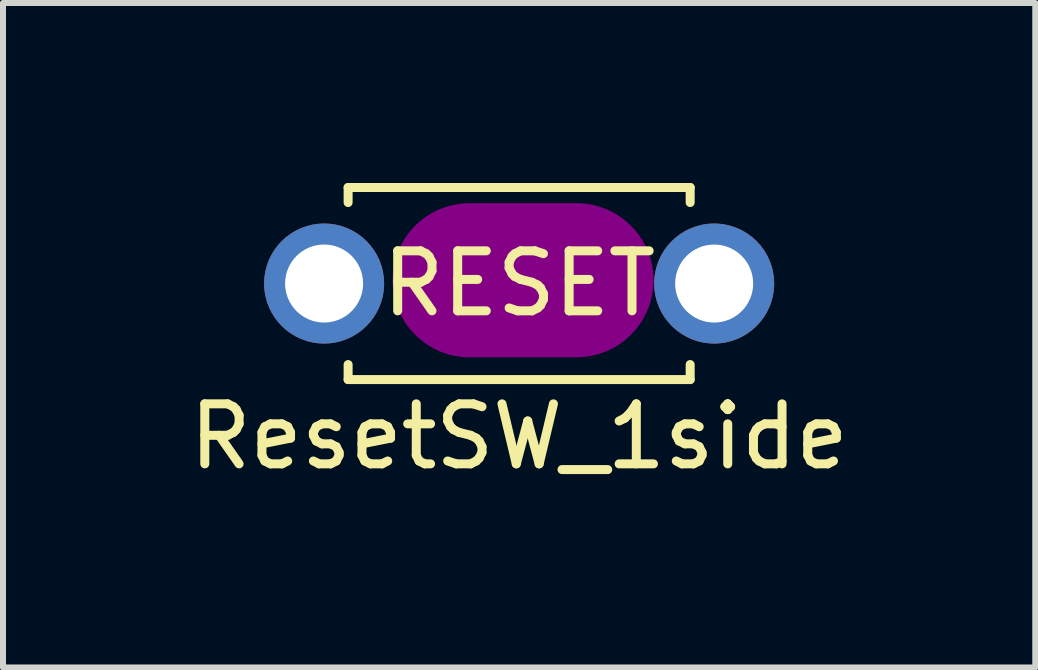
<source format=kicad_pcb>
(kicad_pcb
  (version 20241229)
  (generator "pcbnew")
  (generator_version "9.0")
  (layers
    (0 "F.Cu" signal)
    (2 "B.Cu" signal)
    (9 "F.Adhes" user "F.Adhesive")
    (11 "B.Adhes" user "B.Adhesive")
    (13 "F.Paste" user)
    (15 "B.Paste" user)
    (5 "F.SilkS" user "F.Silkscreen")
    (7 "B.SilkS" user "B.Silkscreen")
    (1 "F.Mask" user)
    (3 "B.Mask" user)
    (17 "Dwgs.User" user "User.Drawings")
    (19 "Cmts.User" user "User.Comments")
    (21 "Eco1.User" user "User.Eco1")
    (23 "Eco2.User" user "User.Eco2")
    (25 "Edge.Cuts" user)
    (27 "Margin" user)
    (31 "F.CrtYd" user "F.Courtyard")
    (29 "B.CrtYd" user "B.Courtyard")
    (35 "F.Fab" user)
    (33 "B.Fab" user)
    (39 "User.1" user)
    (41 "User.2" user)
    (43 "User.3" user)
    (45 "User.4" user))
  (footprint "ResetSW_1side"
    (layer "F.Cu")
    (at 5.601 1.675)
    (property "Reference" "ResetSW_1side" (at 0 2.55 0) (layer "F.SilkS") (effects (font (size 1 1) (thickness 0.15))))
    (attr through_hole)
    (fp_line (start -2.85 -1.6) (end -2.85 -1.35) (stroke (width 0.15) (type solid)) (layer "F.SilkS"))
    (fp_line (start -2.85 -1.6) (end 2.85 -1.6) (stroke (width 0.15) (type solid)) (layer "F.SilkS"))
    (fp_line (start -2.85 1.6) (end -2.85 1.35) (stroke (width 0.15) (type solid)) (layer "F.SilkS"))
    (fp_line (start -2.85 1.6) (end 2.85 1.6) (stroke (width 0.15) (type solid)) (layer "F.SilkS"))
    (fp_line (start 2.85 -1.6) (end 2.85 -1.35) (stroke (width 0.15) (type solid)) (layer "F.SilkS"))
    (fp_line (start 2.85 1.6) (end 2.85 1.35) (stroke (width 0.15) (type solid)) (layer "F.SilkS"))
    (fp_text user "RESET" (at 0 0 0) (layer "F.SilkS") (effects (font (size 1 1) (thickness 0.15))))
    (pad "" smd circle (at -3.25 0) (size 2.2 2.2) (layers "B.Adhes"))
    (pad "" smd oval (at 0.065 -0.055) (size 4.35 2.57) (layers "B.Mask" "F.Adhes"))
    (pad "" smd circle (at 3.25 0) (size 2.2 2.2) (layers "B.Adhes"))
    (pad "1" thru_hole circle (at 3.25 0) (size 2 2) (drill 1.3) (layers "*.Cu" "B.Mask"))
    (pad "2" thru_hole circle (at -3.25 0) (size 2 2) (drill 1.3) (layers "*.Cu" "B.Mask")))
  (gr_rect
    (start -3 -3)
    (end 14.202 8.073)
    (stroke (width 0.1) (type default))
    (fill no)
    (layer "Edge.Cuts")))
</source>
